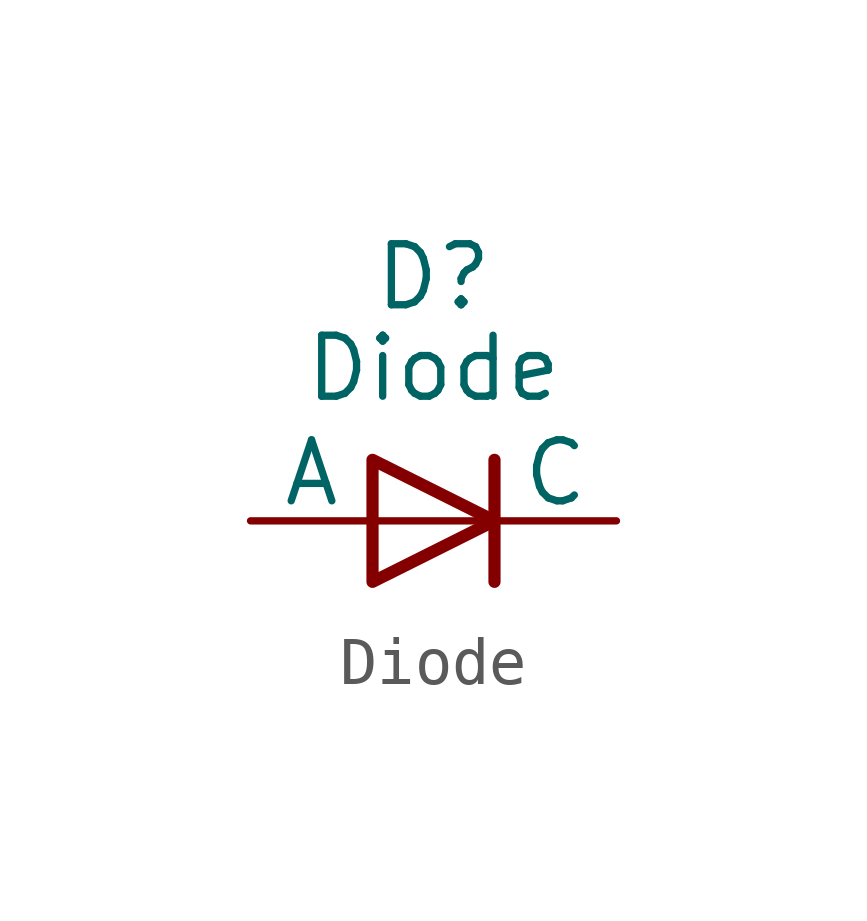
<source format=kicad_sym>
(kicad_symbol_lib
  (version 20231120)
  (generator "kicad_symbol_editor")
  (generator_version "8.0")
  (symbol "Diode"
    (pin_numbers hide)
    (pin_names
      (offset 0))
    (property "Reference" "D"
      (at 0 5.08 0)
      (effects (font (size 1.27 1.27))))
    (property "Value" "Diode"
      (at 0 3.175 0)
      (effects (font (size 1.27 1.27))))
    (symbol "Diode_0_1"
      (polyline (pts (xy -1.27 0) (xy 1.27 0)) (stroke (width 0) (type default)) (fill (type none)))
      (polyline (pts (xy 1.27 -1.27) (xy 1.27 1.27)) (stroke (width 0.254) (type default)) (fill (type none)))
      (polyline (pts (xy -1.27 -1.27) (xy -1.27 1.27) (xy 1.27 0) (xy -1.27 -1.27)) (stroke (width 0.254) (type default)) (fill (type none))))
    (symbol "Diode_1_1"
      (pin passive line (at 3.81 0 180) (length 2.54) (name "C" (effects (font (size 1.27 1.27)))) (number "1" (effects (font (size 1.27 1.27)))))
      (pin passive line (at -3.81 0 0) (length 2.54) (name "A" (effects (font (size 1.27 1.27)))) (number "2" (effects (font (size 1.27 1.27))))))))
</source>
